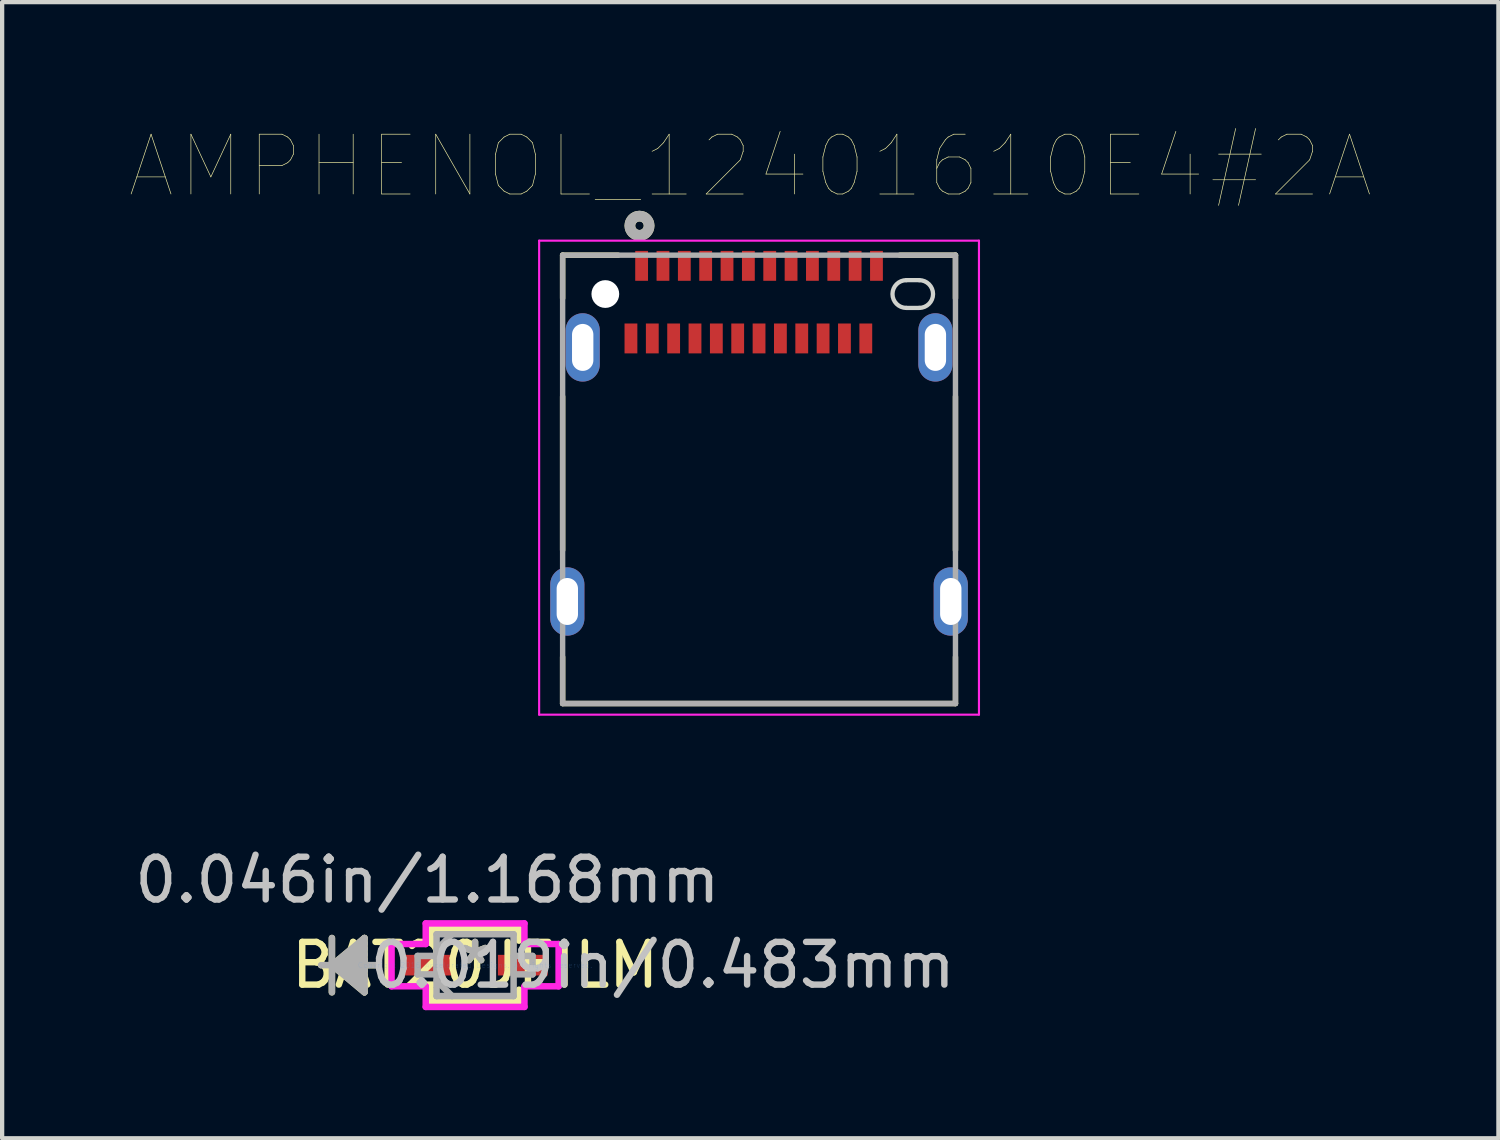
<source format=kicad_pcb>
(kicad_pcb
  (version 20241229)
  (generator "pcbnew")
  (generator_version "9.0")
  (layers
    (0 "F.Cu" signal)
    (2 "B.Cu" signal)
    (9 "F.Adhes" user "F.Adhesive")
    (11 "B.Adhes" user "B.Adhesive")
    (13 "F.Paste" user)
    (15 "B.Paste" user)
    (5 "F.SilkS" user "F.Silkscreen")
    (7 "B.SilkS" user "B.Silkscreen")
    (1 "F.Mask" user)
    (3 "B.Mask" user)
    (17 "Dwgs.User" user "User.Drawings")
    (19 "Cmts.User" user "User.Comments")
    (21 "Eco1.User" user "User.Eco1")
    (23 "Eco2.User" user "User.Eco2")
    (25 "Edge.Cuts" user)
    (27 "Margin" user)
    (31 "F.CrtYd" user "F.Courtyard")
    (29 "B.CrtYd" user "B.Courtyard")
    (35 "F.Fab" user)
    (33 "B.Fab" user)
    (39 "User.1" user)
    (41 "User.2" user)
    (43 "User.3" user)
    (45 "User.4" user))
  (footprint "BAT20JFILM"
    (layer "F.Cu")
    (at 8.076 19.553)
    (property "Reference" "BAT20JFILM" (at 0 0 0) (layer "F.SilkS") (effects (font (size 1 1) (thickness 0.15))))
    (attr through_hole)
    (fp_line (start -3.353 -0.635) (end -3.353 0.635) (stroke (width 0.152) (type solid)) (layer "F.SilkS"))
    (fp_line (start -3.353 0) (end -2.591 -0.635) (stroke (width 0.152) (type solid)) (layer "F.SilkS"))
    (fp_line (start -3.353 0) (end -2.591 -0.508) (stroke (width 0.152) (type solid)) (layer "F.SilkS"))
    (fp_line (start -3.353 0) (end -2.591 -0.381) (stroke (width 0.152) (type solid)) (layer "F.SilkS"))
    (fp_line (start -3.353 0) (end -2.591 -0.254) (stroke (width 0.152) (type solid)) (layer "F.SilkS"))
    (fp_line (start -3.353 0) (end -2.591 -0.127) (stroke (width 0.152) (type solid)) (layer "F.SilkS"))
    (fp_line (start -3.353 0) (end -2.591 0.127) (stroke (width 0.152) (type solid)) (layer "F.SilkS"))
    (fp_line (start -3.353 0) (end -2.591 0.254) (stroke (width 0.152) (type solid)) (layer "F.SilkS"))
    (fp_line (start -3.353 0) (end -2.591 0.381) (stroke (width 0.152) (type solid)) (layer "F.SilkS"))
    (fp_line (start -3.353 0) (end -2.591 0.508) (stroke (width 0.152) (type solid)) (layer "F.SilkS"))
    (fp_line (start -3.353 0) (end -2.591 0.635) (stroke (width 0.152) (type solid)) (layer "F.SilkS"))
    (fp_line (start -2.591 -0.635) (end -2.591 0.635) (stroke (width 0.152) (type solid)) (layer "F.SilkS"))
    (fp_line (start -2.337 0) (end -3.607 0) (stroke (width 0.152) (type solid)) (layer "F.SilkS"))
    (fp_line (start -1.029 -0.851) (end -1.029 -0.574) (stroke (width 0.152) (type solid)) (layer "F.SilkS"))
    (fp_line (start -1.029 0.574) (end -1.029 0.851) (stroke (width 0.152) (type solid)) (layer "F.SilkS"))
    (fp_line (start -1.029 0.851) (end 1.029 0.851) (stroke (width 0.152) (type solid)) (layer "F.SilkS"))
    (fp_line (start 1.029 -0.851) (end -1.029 -0.851) (stroke (width 0.152) (type solid)) (layer "F.SilkS"))
    (fp_line (start 1.029 -0.574) (end 1.029 -0.851) (stroke (width 0.152) (type solid)) (layer "F.SilkS"))
    (fp_line (start 1.029 0.851) (end 1.029 0.574) (stroke (width 0.152) (type solid)) (layer "F.SilkS"))
    (fp_line (start -1.956 -0.495) (end -1.156 -0.495) (stroke (width 0.152) (type solid)) (layer "F.CrtYd"))
    (fp_line (start -1.956 0.495) (end -1.956 -0.495) (stroke (width 0.152) (type solid)) (layer "F.CrtYd"))
    (fp_line (start -1.156 -0.978) (end 1.156 -0.978) (stroke (width 0.152) (type solid)) (layer "F.CrtYd"))
    (fp_line (start -1.156 -0.495) (end -1.156 -0.978) (stroke (width 0.152) (type solid)) (layer "F.CrtYd"))
    (fp_line (start -1.156 0.495) (end -1.956 0.495) (stroke (width 0.152) (type solid)) (layer "F.CrtYd"))
    (fp_line (start -1.156 0.978) (end -1.156 0.495) (stroke (width 0.152) (type solid)) (layer "F.CrtYd"))
    (fp_line (start 1.156 -0.978) (end 1.156 -0.495) (stroke (width 0.152) (type solid)) (layer "F.CrtYd"))
    (fp_line (start 1.156 -0.495) (end 1.956 -0.495) (stroke (width 0.152) (type solid)) (layer "F.CrtYd"))
    (fp_line (start 1.156 0.495) (end 1.156 0.978) (stroke (width 0.152) (type solid)) (layer "F.CrtYd"))
    (fp_line (start 1.156 0.978) (end -1.156 0.978) (stroke (width 0.152) (type solid)) (layer "F.CrtYd"))
    (fp_line (start 1.956 -0.495) (end 1.956 0.495) (stroke (width 0.152) (type solid)) (layer "F.CrtYd"))
    (fp_line (start 1.956 0.495) (end 1.156 0.495) (stroke (width 0.152) (type solid)) (layer "F.CrtYd"))
    (fp_line (start -3.353 -0.635) (end -3.353 0.635) (stroke (width 0.152) (type solid)) (layer "F.Fab"))
    (fp_line (start -3.353 0) (end -2.591 -0.635) (stroke (width 0.152) (type solid)) (layer "F.Fab"))
    (fp_line (start -3.353 0) (end -2.591 -0.508) (stroke (width 0.152) (type solid)) (layer "F.Fab"))
    (fp_line (start -3.353 0) (end -2.591 -0.381) (stroke (width 0.152) (type solid)) (layer "F.Fab"))
    (fp_line (start -3.353 0) (end -2.591 -0.254) (stroke (width 0.152) (type solid)) (layer "F.Fab"))
    (fp_line (start -3.353 0) (end -2.591 -0.127) (stroke (width 0.152) (type solid)) (layer "F.Fab"))
    (fp_line (start -3.353 0) (end -2.591 0.127) (stroke (width 0.152) (type solid)) (layer "F.Fab"))
    (fp_line (start -3.353 0) (end -2.591 0.254) (stroke (width 0.152) (type solid)) (layer "F.Fab"))
    (fp_line (start -3.353 0) (end -2.591 0.381) (stroke (width 0.152) (type solid)) (layer "F.Fab"))
    (fp_line (start -3.353 0) (end -2.591 0.508) (stroke (width 0.152) (type solid)) (layer "F.Fab"))
    (fp_line (start -3.353 0) (end -2.591 0.635) (stroke (width 0.152) (type solid)) (layer "F.Fab"))
    (fp_line (start -2.591 -0.635) (end -2.591 0.635) (stroke (width 0.152) (type solid)) (layer "F.Fab"))
    (fp_line (start -2.337 0) (end -3.607 0) (stroke (width 0.152) (type solid)) (layer "F.Fab"))
    (fp_line (start -1.346 -0.216) (end -1.346 0.216) (stroke (width 0.152) (type solid)) (layer "F.Fab"))
    (fp_line (start -1.346 0.216) (end -0.902 0.216) (stroke (width 0.152) (type solid)) (layer "F.Fab"))
    (fp_line (start -0.902 -0.724) (end -0.902 0.724) (stroke (width 0.152) (type solid)) (layer "F.Fab"))
    (fp_line (start -0.902 -0.362) (end -0.54 -0.724) (stroke (width 0.152) (type solid)) (layer "F.Fab"))
    (fp_line (start -0.902 -0.216) (end -1.346 -0.216) (stroke (width 0.152) (type solid)) (layer "F.Fab"))
    (fp_line (start -0.902 0.216) (end -0.902 -0.216) (stroke (width 0.152) (type solid)) (layer "F.Fab"))
    (fp_line (start -0.902 0.362) (end -0.54 0.724) (stroke (width 0.152) (type solid)) (layer "F.Fab"))
    (fp_line (start -0.902 0.724) (end 0.902 0.724) (stroke (width 0.152) (type solid)) (layer "F.Fab"))
    (fp_line (start 0.902 -0.724) (end -0.902 -0.724) (stroke (width 0.152) (type solid)) (layer "F.Fab"))
    (fp_line (start 0.902 -0.216) (end 0.902 0.216) (stroke (width 0.152) (type solid)) (layer "F.Fab"))
    (fp_line (start 0.902 0.216) (end 1.346 0.216) (stroke (width 0.152) (type solid)) (layer "F.Fab"))
    (fp_line (start 0.902 0.724) (end 0.902 -0.724) (stroke (width 0.152) (type solid)) (layer "F.Fab"))
    (fp_line (start 1.346 -0.216) (end 0.902 -0.216) (stroke (width 0.152) (type solid)) (layer "F.Fab"))
    (fp_line (start 1.346 0.216) (end 1.346 -0.216) (stroke (width 0.152) (type solid)) (layer "F.Fab"))
    (fp_text user "*" (at 0 0 0) (layer "F.SilkS") (effects (font (size 1 1) (thickness 0.15))))
    (fp_text user "0.046in/1.168mm" (at -1.118 -1.994 0) (layer "Dwgs.User") (effects (font (size 1 1) (thickness 0.15))))
    (fp_text user "0.019in/0.483mm" (at 4.394 0 0) (layer "Dwgs.User") (effects (font (size 1 1) (thickness 0.15))))
    (fp_text user "Copyright 2016 Accelerated Designs. All rights reserved." (at 0 0 0) (layer "Cmts.User") (effects (font (size 0.127 0.127) (thickness 0.002))))
    (fp_text user "*" (at 0 0 0) (layer "F.Fab") (effects (font (size 1 1) (thickness 0.15))))
    (pad "1" smd rect (at -1.118 0) (size 1.168 0.483) (layers "F.Cu" "F.Mask" "F.Paste"))
    (pad "2" smd rect (at 1.118 0) (size 1.168 0.483) (layers "F.Cu" "F.Mask" "F.Paste")))
  (footprint "AMPHENOL_12401610E4#2A"
    (layer "F.Cu")
    (at 14.726 3.836)
    (property "Reference" "AMPHENOL_12401610E4#2A" (at -0.205 -2.99 0) (layer "F.SilkS") (effects (font (size 1.4 1.4) (thickness 0.015))))
    (attr through_hole)
    (fp_line (start -4.6 -0.91) (end -4.6 0.1) (stroke (width 0.127) (type solid)) (layer "F.SilkS"))
    (fp_line (start -4.6 2.4) (end -4.6 6) (stroke (width 0.127) (type solid)) (layer "F.SilkS"))
    (fp_line (start -4.6 8.5) (end -4.6 9.59) (stroke (width 0.127) (type solid)) (layer "F.SilkS"))
    (fp_line (start -3.3 -0.91) (end -4.6 -0.91) (stroke (width 0.127) (type solid)) (layer "F.SilkS"))
    (fp_line (start 4.6 -0.91) (end 3.3 -0.91) (stroke (width 0.127) (type solid)) (layer "F.SilkS"))
    (fp_line (start 4.6 -0.91) (end 4.6 0.1) (stroke (width 0.127) (type solid)) (layer "F.SilkS"))
    (fp_line (start 4.6 2.4) (end 4.6 6) (stroke (width 0.127) (type solid)) (layer "F.SilkS"))
    (fp_line (start 4.6 8.5) (end 4.6 9.59) (stroke (width 0.127) (type solid)) (layer "F.SilkS"))
    (fp_line (start 4.6 9.59) (end -4.6 9.59) (stroke (width 0.127) (type solid)) (layer "F.SilkS"))
    (fp_circle (center -2.8 -1.6) (end -2.7 -1.6) (stroke (width 0.25) (type solid)) (fill no) (layer "F.SilkS"))
    (fp_line (start 3.45 -0.325) (end 3.75 -0.325) (stroke (width 0.1) (type solid)) (layer "Edge.Cuts"))
    (fp_line (start 3.75 0.325) (end 3.45 0.325) (stroke (width 0.1) (type solid)) (layer "Edge.Cuts"))
    (fp_arc (start 3.45 0.325) (mid 3.125 0) (end 3.45 -0.325) (stroke (width 0.1) (type solid)) (layer "Edge.Cuts"))
    (fp_arc (start 3.75 -0.325) (mid 4.075 0) (end 3.75 0.325) (stroke (width 0.1) (type solid)) (layer "Edge.Cuts"))
    (fp_line (start -5.15 -1.25) (end -5.15 9.85) (stroke (width 0.05) (type solid)) (layer "F.CrtYd"))
    (fp_line (start -5.15 9.85) (end 5.15 9.85) (stroke (width 0.05) (type solid)) (layer "F.CrtYd"))
    (fp_line (start 5.15 -1.25) (end -5.15 -1.25) (stroke (width 0.05) (type solid)) (layer "F.CrtYd"))
    (fp_line (start 5.15 9.85) (end 5.15 -1.25) (stroke (width 0.05) (type solid)) (layer "F.CrtYd"))
    (fp_line (start -4.6 -0.91) (end 4.6 -0.91) (stroke (width 0.127) (type solid)) (layer "F.Fab"))
    (fp_line (start -4.6 9.59) (end -4.6 -0.91) (stroke (width 0.127) (type solid)) (layer "F.Fab"))
    (fp_line (start 4.6 -0.91) (end 4.6 9.59) (stroke (width 0.127) (type solid)) (layer "F.Fab"))
    (fp_line (start 4.6 9.59) (end -4.6 9.59) (stroke (width 0.127) (type solid)) (layer "F.Fab"))
    (fp_circle (center -2.8 -1.6) (end -2.7 -1.6) (stroke (width 0.25) (type solid)) (fill no) (layer "F.Fab"))
    (pad "" np_thru_hole circle (at -3.6 0) (size 0.65 0.65) (drill 0.65) (layers "*.Cu" "*.Mask"))
    (pad "A1" smd rect (at -2.75 -0.66) (size 0.3 0.7) (layers "F.Cu" "F.Mask" "F.Paste"))
    (pad "A2" smd rect (at -2.25 -0.66) (size 0.3 0.7) (layers "F.Cu" "F.Mask" "F.Paste"))
    (pad "A3" smd rect (at -1.75 -0.66) (size 0.3 0.7) (layers "F.Cu" "F.Mask" "F.Paste"))
    (pad "A4" smd rect (at -1.25 -0.66) (size 0.3 0.7) (layers "F.Cu" "F.Mask" "F.Paste"))
    (pad "A5" smd rect (at -0.75 -0.66) (size 0.3 0.7) (layers "F.Cu" "F.Mask" "F.Paste"))
    (pad "A6" smd rect (at -0.25 -0.66) (size 0.3 0.7) (layers "F.Cu" "F.Mask" "F.Paste"))
    (pad "A7" smd rect (at 0.25 -0.66) (size 0.3 0.7) (layers "F.Cu" "F.Mask" "F.Paste"))
    (pad "A8" smd rect (at 0.75 -0.66) (size 0.3 0.7) (layers "F.Cu" "F.Mask" "F.Paste"))
    (pad "A9" smd rect (at 1.25 -0.66) (size 0.3 0.7) (layers "F.Cu" "F.Mask" "F.Paste"))
    (pad "A10" smd rect (at 1.75 -0.66) (size 0.3 0.7) (layers "F.Cu" "F.Mask" "F.Paste"))
    (pad "A11" smd rect (at 2.25 -0.66) (size 0.3 0.7) (layers "F.Cu" "F.Mask" "F.Paste"))
    (pad "A12" smd rect (at 2.75 -0.66) (size 0.3 0.7) (layers "F.Cu" "F.Mask" "F.Paste"))
    (pad "B1" smd rect (at 2.5 1.04) (size 0.3 0.7) (layers "F.Cu" "F.Mask" "F.Paste"))
    (pad "B2" smd rect (at 2 1.04) (size 0.3 0.7) (layers "F.Cu" "F.Mask" "F.Paste"))
    (pad "B3" smd rect (at 1.5 1.04) (size 0.3 0.7) (layers "F.Cu" "F.Mask" "F.Paste"))
    (pad "B4" smd rect (at 1 1.04) (size 0.3 0.7) (layers "F.Cu" "F.Mask" "F.Paste"))
    (pad "B5" smd rect (at 0.5 1.04) (size 0.3 0.7) (layers "F.Cu" "F.Mask" "F.Paste"))
    (pad "B6" smd rect (at 0 1.04) (size 0.3 0.7) (layers "F.Cu" "F.Mask" "F.Paste"))
    (pad "B7" smd rect (at -0.5 1.04) (size 0.3 0.7) (layers "F.Cu" "F.Mask" "F.Paste"))
    (pad "B8" smd rect (at -1 1.04) (size 0.3 0.7) (layers "F.Cu" "F.Mask" "F.Paste"))
    (pad "B9" smd rect (at -1.5 1.04) (size 0.3 0.7) (layers "F.Cu" "F.Mask" "F.Paste"))
    (pad "B10" smd rect (at -2 1.04) (size 0.3 0.7) (layers "F.Cu" "F.Mask" "F.Paste"))
    (pad "B11" smd rect (at -2.5 1.04) (size 0.3 0.7) (layers "F.Cu" "F.Mask" "F.Paste"))
    (pad "B12" smd rect (at -3 1.04) (size 0.3 0.7) (layers "F.Cu" "F.Mask" "F.Paste"))
    (pad "S1" thru_hole oval (at -4.13 1.25) (size 0.8 1.6) (drill oval 0.5 1.1) (layers "*.Cu" "*.Mask"))
    (pad "S2" thru_hole oval (at 4.13 1.25) (size 0.8 1.6) (drill oval 0.5 1.1) (layers "*.Cu" "*.Mask"))
    (pad "S3" thru_hole oval (at 4.49 7.2) (size 0.8 1.6) (drill oval 0.5 1.1) (layers "*.Cu" "*.Mask"))
    (pad "S4" thru_hole oval (at -4.49 7.2) (size 0.8 1.6) (drill oval 0.5 1.1) (layers "*.Cu" "*.Mask")))
  (gr_rect
    (start -3 -3)
    (end 32.041 23.607)
    (stroke (width 0.1) (type default))
    (fill no)
    (layer "Edge.Cuts")))
</source>
